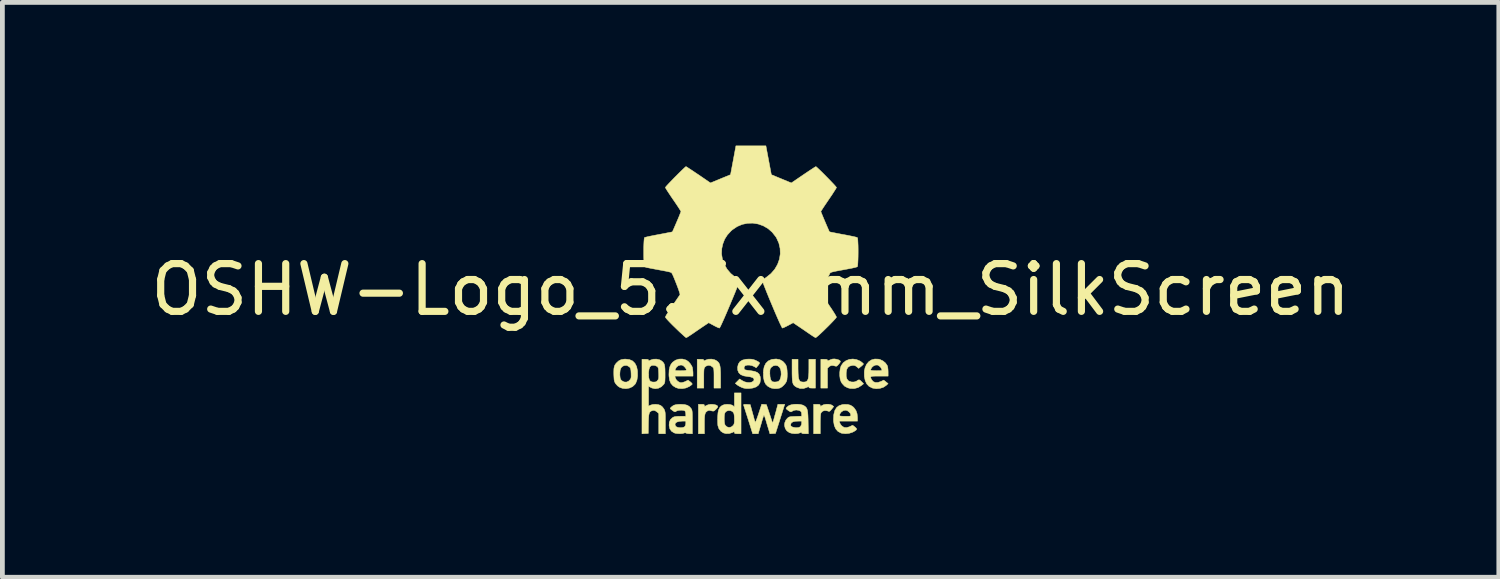
<source format=kicad_pcb>
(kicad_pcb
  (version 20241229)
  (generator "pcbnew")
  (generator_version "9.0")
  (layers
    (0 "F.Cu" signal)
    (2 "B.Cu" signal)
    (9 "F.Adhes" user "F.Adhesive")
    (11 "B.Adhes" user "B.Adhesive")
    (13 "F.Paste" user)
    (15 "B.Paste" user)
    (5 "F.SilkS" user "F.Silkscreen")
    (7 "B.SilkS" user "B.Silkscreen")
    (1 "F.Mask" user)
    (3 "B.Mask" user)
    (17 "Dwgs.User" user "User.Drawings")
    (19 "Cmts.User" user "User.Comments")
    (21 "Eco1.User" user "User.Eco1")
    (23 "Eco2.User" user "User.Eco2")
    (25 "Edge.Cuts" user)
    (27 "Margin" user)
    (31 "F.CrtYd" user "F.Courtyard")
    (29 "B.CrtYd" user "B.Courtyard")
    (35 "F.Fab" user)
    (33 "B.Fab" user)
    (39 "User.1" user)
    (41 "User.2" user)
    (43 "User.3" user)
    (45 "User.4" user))
  (footprint "OSHW-Logo_5.7x6mm_SilkScreen"
    (layer "F.Cu")
    (at 12.673 3.017)
    (property "Reference" "OSHW-Logo_5.7x6mm_SilkScreen" (at 0 0 0) (layer "F.SilkS") (effects (font (size 1 1) (thickness 0.15))))
    (attr exclude_from_pos_files exclude_from_bom)
    (fp_poly (pts (xy 1.799 1.458) (xy 1.843 1.471) (xy 1.871 1.488) (xy 1.88 1.501) (xy 1.877 1.517) (xy 1.861 1.541) (xy 1.847 1.559) (xy 1.819 1.59) (xy 1.798 1.604) (xy 1.78 1.603) (xy 1.726 1.589) (xy 1.687 1.59) (xy 1.655 1.605) (xy 1.644 1.614) (xy 1.61 1.646) (xy 1.61 2.062) (xy 1.471 2.062) (xy 1.471 1.459) (xy 1.54 1.459) (xy 1.582 1.46) (xy 1.603 1.466) (xy 1.61 1.477) (xy 1.61 1.478) (xy 1.612 1.49) (xy 1.626 1.488) (xy 1.644 1.48) (xy 1.682 1.464) (xy 1.713 1.454) (xy 1.753 1.451) (xy 1.799 1.458)) (stroke (width 0.01) (type solid)) (fill yes) (layer "F.SilkS"))
    (fp_poly (pts (xy 1.635 2.401) (xy 1.684 2.411) (xy 1.711 2.425) (xy 1.74 2.449) (xy 1.699 2.501) (xy 1.673 2.532) (xy 1.656 2.547) (xy 1.639 2.55) (xy 1.614 2.542) (xy 1.602 2.538) (xy 1.554 2.532) (xy 1.51 2.545) (xy 1.478 2.576) (xy 1.473 2.585) (xy 1.467 2.611) (xy 1.463 2.659) (xy 1.46 2.725) (xy 1.459 2.806) (xy 1.459 2.817) (xy 1.459 3.018) (xy 1.32 3.018) (xy 1.32 2.402) (xy 1.389 2.402) (xy 1.429 2.403) (xy 1.45 2.407) (xy 1.458 2.418) (xy 1.459 2.428) (xy 1.459 2.454) (xy 1.492 2.428) (xy 1.53 2.41) (xy 1.581 2.401) (xy 1.635 2.401)) (stroke (width 0.01) (type solid)) (fill yes) (layer "F.SilkS"))
    (fp_poly (pts (xy -0.993 2.403) (xy -0.975 2.409) (xy -0.968 2.421) (xy -0.968 2.427) (xy -0.967 2.442) (xy -0.96 2.445) (xy -0.939 2.434) (xy -0.927 2.427) (xy -0.889 2.411) (xy -0.844 2.403) (xy -0.797 2.403) (xy -0.752 2.409) (xy -0.716 2.42) (xy -0.693 2.436) (xy -0.688 2.456) (xy -0.69 2.462) (xy -0.707 2.485) (xy -0.733 2.513) (xy -0.738 2.517) (xy -0.762 2.538) (xy -0.784 2.545) (xy -0.814 2.54) (xy -0.826 2.537) (xy -0.863 2.529) (xy -0.889 2.533) (xy -0.911 2.545) (xy -0.931 2.561) (xy -0.946 2.581) (xy -0.956 2.609) (xy -0.963 2.648) (xy -0.967 2.704) (xy -0.968 2.779) (xy -0.968 2.824) (xy -0.968 3.018) (xy -1.094 3.018) (xy -1.094 2.402) (xy -1.031 2.402) (xy -0.993 2.403)) (stroke (width 0.01) (type solid)) (fill yes) (layer "F.SilkS"))
    (fp_poly (pts (xy 0.993 1.654) (xy 0.995 1.747) (xy 0.999 1.817) (xy 1.008 1.867) (xy 1.022 1.902) (xy 1.042 1.923) (xy 1.071 1.933) (xy 1.107 1.936) (xy 1.144 1.933) (xy 1.172 1.922) (xy 1.192 1.9) (xy 1.206 1.865) (xy 1.214 1.814) (xy 1.219 1.742) (xy 1.22 1.654) (xy 1.22 1.459) (xy 1.358 1.459) (xy 1.358 2.062) (xy 1.289 2.062) (xy 1.247 2.06) (xy 1.226 2.055) (xy 1.22 2.043) (xy 1.216 2.033) (xy 1.202 2.035) (xy 1.173 2.05) (xy 1.106 2.071) (xy 1.036 2.07) (xy 0.968 2.046) (xy 0.936 2.027) (xy 0.912 2.007) (xy 0.894 1.982) (xy 0.881 1.947) (xy 0.874 1.901) (xy 0.87 1.839) (xy 0.868 1.758) (xy 0.868 1.695) (xy 0.868 1.459) (xy 0.993 1.459) (xy 0.993 1.654)) (stroke (width 0.01) (type solid)) (fill yes) (layer "F.SilkS"))
    (fp_poly (pts (xy -0.754 1.469) (xy -0.723 1.484) (xy -0.692 1.506) (xy -0.669 1.53) (xy -0.652 1.562) (xy -0.641 1.604) (xy -0.634 1.66) (xy -0.63 1.734) (xy -0.629 1.829) (xy -0.629 1.839) (xy -0.629 2.062) (xy -0.767 2.062) (xy -0.767 1.856) (xy -0.767 1.78) (xy -0.768 1.725) (xy -0.77 1.687) (xy -0.773 1.661) (xy -0.779 1.643) (xy -0.788 1.63) (xy -0.8 1.618) (xy -0.843 1.59) (xy -0.89 1.585) (xy -0.934 1.602) (xy -0.95 1.615) (xy -0.961 1.627) (xy -0.969 1.641) (xy -0.975 1.659) (xy -0.978 1.686) (xy -0.98 1.726) (xy -0.981 1.784) (xy -0.981 1.854) (xy -0.981 2.062) (xy -1.119 2.062) (xy -1.119 1.459) (xy -1.05 1.459) (xy -1.008 1.46) (xy -0.987 1.466) (xy -0.981 1.477) (xy -0.981 1.478) (xy -0.978 1.489) (xy -0.965 1.488) (xy -0.94 1.475) (xy -0.883 1.457) (xy -0.817 1.455) (xy -0.754 1.469)) (stroke (width 0.01) (type solid)) (fill yes) (layer "F.SilkS"))
    (fp_poly (pts (xy 2.217 1.464) (xy 2.29 1.495) (xy 2.313 1.51) (xy 2.342 1.533) (xy 2.361 1.551) (xy 2.364 1.557) (xy 2.355 1.57) (xy 2.332 1.593) (xy 2.313 1.608) (xy 2.263 1.649) (xy 2.223 1.615) (xy 2.192 1.594) (xy 2.162 1.586) (xy 2.127 1.588) (xy 2.073 1.602) (xy 2.035 1.63) (xy 2.012 1.675) (xy 2.002 1.741) (xy 2.002 1.741) (xy 2.002 1.815) (xy 2.016 1.869) (xy 2.044 1.906) (xy 2.063 1.918) (xy 2.114 1.934) (xy 2.168 1.934) (xy 2.215 1.919) (xy 2.226 1.911) (xy 2.253 1.893) (xy 2.275 1.889) (xy 2.299 1.903) (xy 2.325 1.929) (xy 2.366 1.971) (xy 2.32 2.008) (xy 2.25 2.051) (xy 2.17 2.072) (xy 2.087 2.07) (xy 2.033 2.056) (xy 1.969 2.022) (xy 1.918 1.968) (xy 1.895 1.93) (xy 1.876 1.876) (xy 1.867 1.806) (xy 1.867 1.731) (xy 1.876 1.659) (xy 1.894 1.599) (xy 1.897 1.593) (xy 1.94 1.532) (xy 1.998 1.488) (xy 2.067 1.461) (xy 2.141 1.453) (xy 2.217 1.464)) (stroke (width 0.01) (type solid)) (fill yes) (layer "F.SilkS"))
    (fp_poly (pts (xy 0.611 1.466) (xy 0.674 1.501) (xy 0.724 1.555) (xy 0.748 1.6) (xy 0.758 1.639) (xy 0.764 1.695) (xy 0.767 1.76) (xy 0.766 1.824) (xy 0.761 1.881) (xy 0.755 1.912) (xy 0.734 1.953) (xy 0.698 1.997) (xy 0.656 2.036) (xy 0.613 2.061) (xy 0.612 2.061) (xy 0.56 2.072) (xy 0.497 2.073) (xy 0.438 2.063) (xy 0.415 2.055) (xy 0.356 2.021) (xy 0.314 1.978) (xy 0.286 1.92) (xy 0.271 1.844) (xy 0.267 1.804) (xy 0.268 1.754) (xy 0.402 1.754) (xy 0.407 1.827) (xy 0.42 1.882) (xy 0.441 1.918) (xy 0.456 1.928) (xy 0.493 1.935) (xy 0.539 1.933) (xy 0.577 1.923) (xy 0.588 1.917) (xy 0.615 1.885) (xy 0.632 1.835) (xy 0.64 1.774) (xy 0.636 1.708) (xy 0.628 1.669) (xy 0.604 1.624) (xy 0.567 1.595) (xy 0.522 1.586) (xy 0.475 1.596) (xy 0.439 1.621) (xy 0.42 1.642) (xy 0.409 1.662) (xy 0.404 1.69) (xy 0.402 1.733) (xy 0.402 1.754) (xy 0.268 1.754) (xy 0.268 1.698) (xy 0.285 1.611) (xy 0.319 1.543) (xy 0.369 1.494) (xy 0.435 1.464) (xy 0.45 1.46) (xy 0.535 1.452) (xy 0.611 1.466)) (stroke (width 0.01) (type solid)) (fill yes) (layer "F.SilkS"))
    (fp_poly (pts (xy 0.282 2.404) (xy 0.331 2.408) (xy 0.461 2.798) (xy 0.482 2.729) (xy 0.494 2.686) (xy 0.51 2.628) (xy 0.528 2.565) (xy 0.537 2.531) (xy 0.571 2.402) (xy 0.714 2.402) (xy 0.672 2.537) (xy 0.651 2.603) (xy 0.625 2.684) (xy 0.599 2.767) (xy 0.575 2.842) (xy 0.521 3.012) (xy 0.463 3.015) (xy 0.404 3.019) (xy 0.373 2.915) (xy 0.353 2.85) (xy 0.332 2.778) (xy 0.313 2.715) (xy 0.313 2.713) (xy 0.299 2.67) (xy 0.286 2.641) (xy 0.278 2.63) (xy 0.276 2.631) (xy 0.27 2.648) (xy 0.258 2.685) (xy 0.242 2.736) (xy 0.224 2.798) (xy 0.214 2.832) (xy 0.159 3.018) (xy 0.043 3.018) (xy -0.049 2.725) (xy -0.075 2.643) (xy -0.099 2.569) (xy -0.119 2.506) (xy -0.135 2.457) (xy -0.145 2.426) (xy -0.148 2.417) (xy -0.146 2.407) (xy -0.127 2.403) (xy -0.087 2.404) (xy -0.081 2.404) (xy -0.008 2.408) (xy 0.04 2.584) (xy 0.058 2.648) (xy 0.073 2.705) (xy 0.086 2.748) (xy 0.094 2.775) (xy 0.095 2.779) (xy 0.101 2.774) (xy 0.113 2.749) (xy 0.13 2.706) (xy 0.15 2.65) (xy 0.167 2.599) (xy 0.232 2.401) (xy 0.282 2.404)) (stroke (width 0.01) (type solid)) (fill yes) (layer "F.SilkS"))
    (fp_poly (pts (xy -2.538 1.465) (xy -2.472 1.494) (xy -2.423 1.543) (xy -2.388 1.611) (xy -2.37 1.699) (xy -2.369 1.712) (xy -2.368 1.809) (xy -2.381 1.894) (xy -2.408 1.962) (xy -2.423 1.984) (xy -2.473 2.031) (xy -2.538 2.061) (xy -2.61 2.074) (xy -2.683 2.067) (xy -2.739 2.048) (xy -2.787 2.015) (xy -2.826 1.971) (xy -2.827 1.97) (xy -2.843 1.943) (xy -2.853 1.916) (xy -2.86 1.882) (xy -2.863 1.834) (xy -2.865 1.795) (xy -2.866 1.759) (xy -2.74 1.759) (xy -2.739 1.795) (xy -2.734 1.842) (xy -2.726 1.872) (xy -2.712 1.894) (xy -2.699 1.907) (xy -2.652 1.933) (xy -2.603 1.937) (xy -2.557 1.918) (xy -2.534 1.896) (xy -2.517 1.875) (xy -2.507 1.854) (xy -2.503 1.828) (xy -2.503 1.788) (xy -2.504 1.751) (xy -2.507 1.698) (xy -2.512 1.664) (xy -2.52 1.641) (xy -2.533 1.624) (xy -2.544 1.615) (xy -2.589 1.589) (xy -2.637 1.588) (xy -2.678 1.603) (xy -2.713 1.635) (xy -2.733 1.687) (xy -2.74 1.759) (xy -2.866 1.759) (xy -2.866 1.717) (xy -2.864 1.658) (xy -2.856 1.614) (xy -2.843 1.579) (xy -2.822 1.549) (xy -2.814 1.539) (xy -2.766 1.494) (xy -2.714 1.467) (xy -2.651 1.456) (xy -2.62 1.455) (xy -2.538 1.465)) (stroke (width 0.01) (type solid)) (fill yes) (layer "F.SilkS"))
    (fp_poly (pts (xy -0.201 3.018) (xy -0.27 3.018) (xy -0.31 3.017) (xy -0.331 3.012) (xy -0.339 3.001) (xy -0.34 2.994) (xy -0.341 2.98) (xy -0.349 2.977) (xy -0.37 2.986) (xy -0.386 2.994) (xy -0.449 3.014) (xy -0.517 3.015) (xy -0.573 3) (xy -0.624 2.965) (xy -0.664 2.913) (xy -0.685 2.851) (xy -0.686 2.848) (xy -0.689 2.811) (xy -0.691 2.757) (xy -0.691 2.716) (xy -0.553 2.716) (xy -0.55 2.77) (xy -0.543 2.815) (xy -0.533 2.84) (xy -0.496 2.874) (xy -0.452 2.887) (xy -0.407 2.877) (xy -0.368 2.847) (xy -0.353 2.827) (xy -0.345 2.803) (xy -0.34 2.768) (xy -0.34 2.716) (xy -0.341 2.664) (xy -0.346 2.619) (xy -0.353 2.588) (xy -0.354 2.585) (xy -0.38 2.553) (xy -0.42 2.535) (xy -0.463 2.532) (xy -0.504 2.545) (xy -0.534 2.573) (xy -0.537 2.578) (xy -0.547 2.612) (xy -0.552 2.661) (xy -0.553 2.716) (xy -0.691 2.716) (xy -0.691 2.696) (xy -0.69 2.663) (xy -0.684 2.581) (xy -0.671 2.52) (xy -0.649 2.474) (xy -0.618 2.441) (xy -0.587 2.421) (xy -0.544 2.407) (xy -0.491 2.402) (xy -0.436 2.406) (xy -0.39 2.418) (xy -0.365 2.433) (xy -0.34 2.456) (xy -0.34 2.163) (xy -0.201 2.163) (xy -0.201 3.018)) (stroke (width 0.01) (type solid)) (fill yes) (layer "F.SilkS"))
    (fp_poly (pts (xy 2.678 1.456) (xy 2.71 1.464) (xy 2.772 1.493) (xy 2.825 1.537) (xy 2.861 1.589) (xy 2.866 1.601) (xy 2.873 1.632) (xy 2.878 1.677) (xy 2.88 1.723) (xy 2.88 1.811) (xy 2.697 1.811) (xy 2.622 1.811) (xy 2.569 1.813) (xy 2.535 1.817) (xy 2.518 1.826) (xy 2.514 1.84) (xy 2.521 1.86) (xy 2.533 1.884) (xy 2.566 1.925) (xy 2.612 1.945) (xy 2.669 1.944) (xy 2.733 1.922) (xy 2.788 1.895) (xy 2.834 1.932) (xy 2.88 1.968) (xy 2.837 2.008) (xy 2.779 2.046) (xy 2.708 2.068) (xy 2.632 2.075) (xy 2.558 2.063) (xy 2.546 2.059) (xy 2.481 2.026) (xy 2.433 1.975) (xy 2.4 1.906) (xy 2.382 1.818) (xy 2.382 1.816) (xy 2.381 1.72) (xy 2.387 1.686) (xy 2.515 1.686) (xy 2.527 1.691) (xy 2.558 1.695) (xy 2.605 1.697) (xy 2.635 1.698) (xy 2.691 1.697) (xy 2.725 1.696) (xy 2.744 1.692) (xy 2.75 1.685) (xy 2.748 1.674) (xy 2.747 1.669) (xy 2.724 1.627) (xy 2.689 1.594) (xy 2.658 1.579) (xy 2.616 1.58) (xy 2.574 1.598) (xy 2.539 1.629) (xy 2.518 1.666) (xy 2.515 1.686) (xy 2.387 1.686) (xy 2.397 1.635) (xy 2.429 1.564) (xy 2.475 1.509) (xy 2.533 1.471) (xy 2.601 1.453) (xy 2.678 1.456)) (stroke (width 0.01) (type solid)) (fill yes) (layer "F.SilkS"))
    (fp_poly (pts (xy 0.014 1.456) (xy 0.062 1.465) (xy 0.111 1.484) (xy 0.116 1.487) (xy 0.154 1.506) (xy 0.18 1.525) (xy 0.188 1.537) (xy 0.18 1.556) (xy 0.161 1.584) (xy 0.152 1.594) (xy 0.117 1.636) (xy 0.071 1.609) (xy 0.027 1.591) (xy -0.023 1.581) (xy -0.071 1.581) (xy -0.109 1.59) (xy -0.117 1.595) (xy -0.135 1.621) (xy -0.137 1.651) (xy -0.124 1.674) (xy -0.116 1.679) (xy -0.094 1.684) (xy -0.054 1.691) (xy -0.005 1.697) (xy 0.004 1.698) (xy 0.083 1.712) (xy 0.14 1.735) (xy 0.178 1.77) (xy 0.199 1.818) (xy 0.206 1.878) (xy 0.197 1.945) (xy 0.167 1.998) (xy 0.117 2.037) (xy 0.047 2.061) (xy -0.031 2.071) (xy -0.095 2.071) (xy -0.147 2.062) (xy -0.182 2.05) (xy -0.227 2.029) (xy -0.268 2.005) (xy -0.283 1.994) (xy -0.321 1.963) (xy -0.275 1.917) (xy -0.23 1.871) (xy -0.178 1.905) (xy -0.126 1.931) (xy -0.071 1.944) (xy -0.017 1.946) (xy 0.028 1.935) (xy 0.06 1.914) (xy 0.07 1.895) (xy 0.069 1.865) (xy 0.043 1.843) (xy -0.007 1.827) (xy -0.061 1.82) (xy -0.145 1.806) (xy -0.207 1.78) (xy -0.248 1.741) (xy -0.27 1.688) (xy -0.273 1.625) (xy -0.258 1.56) (xy -0.225 1.51) (xy -0.171 1.476) (xy -0.099 1.458) (xy -0.045 1.455) (xy 0.014 1.456)) (stroke (width 0.01) (type solid)) (fill yes) (layer "F.SilkS"))
    (fp_poly (pts (xy 2.033 2.405) (xy 2.093 2.421) (xy 2.143 2.453) (xy 2.167 2.477) (xy 2.207 2.534) (xy 2.23 2.6) (xy 2.238 2.681) (xy 2.238 2.688) (xy 2.238 2.754) (xy 1.858 2.754) (xy 1.866 2.788) (xy 1.881 2.82) (xy 1.907 2.852) (xy 1.912 2.857) (xy 1.958 2.886) (xy 2.01 2.89) (xy 2.071 2.872) (xy 2.081 2.867) (xy 2.112 2.852) (xy 2.133 2.843) (xy 2.137 2.842) (xy 2.15 2.85) (xy 2.174 2.869) (xy 2.187 2.879) (xy 2.212 2.903) (xy 2.221 2.919) (xy 2.215 2.934) (xy 2.212 2.938) (xy 2.191 2.955) (xy 2.156 2.976) (xy 2.131 2.988) (xy 2.062 3.01) (xy 1.985 3.017) (xy 1.913 3.009) (xy 1.892 3.003) (xy 1.829 2.969) (xy 1.783 2.917) (xy 1.752 2.846) (xy 1.737 2.757) (xy 1.736 2.71) (xy 1.74 2.641) (xy 1.861 2.641) (xy 1.873 2.646) (xy 1.904 2.65) (xy 1.95 2.653) (xy 1.98 2.653) (xy 2.036 2.653) (xy 2.071 2.651) (xy 2.09 2.647) (xy 2.098 2.639) (xy 2.1 2.628) (xy 2.089 2.594) (xy 2.062 2.561) (xy 2.026 2.535) (xy 1.991 2.525) (xy 1.942 2.534) (xy 1.9 2.561) (xy 1.871 2.6) (xy 1.861 2.641) (xy 1.74 2.641) (xy 1.743 2.61) (xy 1.764 2.531) (xy 1.8 2.471) (xy 1.852 2.431) (xy 1.92 2.408) (xy 1.957 2.404) (xy 2.033 2.405)) (stroke (width 0.01) (type solid)) (fill yes) (layer "F.SilkS"))
    (fp_poly (pts (xy -1.357 1.473) (xy -1.344 1.479) (xy -1.301 1.51) (xy -1.26 1.557) (xy -1.229 1.608) (xy -1.22 1.631) (xy -1.213 1.673) (xy -1.208 1.724) (xy -1.207 1.745) (xy -1.207 1.811) (xy -1.587 1.811) (xy -1.579 1.845) (xy -1.559 1.886) (xy -1.524 1.922) (xy -1.483 1.944) (xy -1.457 1.949) (xy -1.421 1.943) (xy -1.378 1.929) (xy -1.364 1.922) (xy -1.31 1.896) (xy -1.265 1.93) (xy -1.238 1.954) (xy -1.224 1.973) (xy -1.223 1.979) (xy -1.236 1.993) (xy -1.263 2.014) (xy -1.288 2.03) (xy -1.356 2.06) (xy -1.431 2.073) (xy -1.506 2.07) (xy -1.565 2.052) (xy -1.627 2.013) (xy -1.671 1.962) (xy -1.698 1.895) (xy -1.71 1.811) (xy -1.711 1.773) (xy -1.707 1.685) (xy -1.706 1.682) (xy -1.581 1.682) (xy -1.577 1.691) (xy -1.563 1.695) (xy -1.533 1.697) (xy -1.485 1.698) (xy -1.466 1.698) (xy -1.408 1.697) (xy -1.372 1.694) (xy -1.353 1.689) (xy -1.346 1.681) (xy -1.345 1.679) (xy -1.353 1.658) (xy -1.373 1.63) (xy -1.382 1.62) (xy -1.413 1.591) (xy -1.446 1.58) (xy -1.464 1.579) (xy -1.512 1.591) (xy -1.552 1.622) (xy -1.577 1.668) (xy -1.578 1.669) (xy -1.581 1.682) (xy -1.706 1.682) (xy -1.692 1.616) (xy -1.666 1.56) (xy -1.634 1.521) (xy -1.574 1.478) (xy -1.504 1.455) (xy -1.43 1.453) (xy -1.357 1.473)) (stroke (width 0.01) (type solid)) (fill yes) (layer "F.SilkS"))
    (fp_poly (pts (xy 1.038 2.405) (xy 1.091 2.418) (xy 1.107 2.425) (xy 1.136 2.443) (xy 1.159 2.463) (xy 1.176 2.489) (xy 1.188 2.524) (xy 1.196 2.572) (xy 1.201 2.636) (xy 1.204 2.72) (xy 1.205 2.776) (xy 1.209 3.018) (xy 1.139 3.018) (xy 1.096 3.016) (xy 1.074 3.01) (xy 1.069 3) (xy 1.066 2.989) (xy 1.052 2.991) (xy 1.034 3) (xy 0.989 3.013) (xy 0.93 3.017) (xy 0.868 3.011) (xy 0.814 2.996) (xy 0.809 2.993) (xy 0.759 2.958) (xy 0.726 2.909) (xy 0.711 2.852) (xy 0.712 2.832) (xy 0.836 2.832) (xy 0.846 2.859) (xy 0.879 2.879) (xy 0.931 2.89) (xy 0.959 2.891) (xy 1.005 2.888) (xy 1.036 2.874) (xy 1.044 2.867) (xy 1.064 2.831) (xy 1.069 2.798) (xy 1.069 2.754) (xy 1.008 2.754) (xy 0.936 2.757) (xy 0.886 2.769) (xy 0.855 2.789) (xy 0.848 2.798) (xy 0.836 2.832) (xy 0.712 2.832) (xy 0.714 2.792) (xy 0.737 2.735) (xy 0.768 2.697) (xy 0.786 2.68) (xy 0.805 2.669) (xy 0.829 2.662) (xy 0.864 2.658) (xy 0.917 2.656) (xy 0.938 2.655) (xy 1.069 2.651) (xy 1.069 2.611) (xy 1.064 2.569) (xy 1.045 2.544) (xy 1.008 2.528) (xy 1.007 2.528) (xy 0.954 2.521) (xy 0.903 2.53) (xy 0.865 2.55) (xy 0.849 2.56) (xy 0.833 2.558) (xy 0.807 2.544) (xy 0.792 2.534) (xy 0.763 2.512) (xy 0.745 2.496) (xy 0.742 2.491) (xy 0.754 2.467) (xy 0.789 2.438) (xy 0.805 2.428) (xy 0.849 2.412) (xy 0.908 2.402) (xy 0.974 2.4) (xy 1.038 2.405)) (stroke (width 0.01) (type solid)) (fill yes) (layer "F.SilkS"))
    (fp_poly (pts (xy -1.384 2.407) (xy -1.325 2.422) (xy -1.28 2.451) (xy -1.248 2.488) (xy -1.238 2.504) (xy -1.231 2.521) (xy -1.226 2.543) (xy -1.223 2.573) (xy -1.221 2.615) (xy -1.22 2.674) (xy -1.22 2.753) (xy -1.22 2.774) (xy -1.22 3.018) (xy -1.28 3.018) (xy -1.319 3.015) (xy -1.347 3.008) (xy -1.354 3.004) (xy -1.374 2.997) (xy -1.394 3.004) (xy -1.426 3.013) (xy -1.474 3.017) (xy -1.527 3.015) (xy -1.575 3.009) (xy -1.603 3) (xy -1.658 2.965) (xy -1.692 2.916) (xy -1.707 2.852) (xy -1.707 2.85) (xy -1.706 2.822) (xy -1.584 2.822) (xy -1.574 2.854) (xy -1.556 2.873) (xy -1.522 2.886) (xy -1.476 2.892) (xy -1.429 2.889) (xy -1.392 2.878) (xy -1.381 2.871) (xy -1.363 2.839) (xy -1.358 2.802) (xy -1.358 2.754) (xy -1.428 2.754) (xy -1.494 2.759) (xy -1.544 2.773) (xy -1.575 2.796) (xy -1.584 2.822) (xy -1.706 2.822) (xy -1.704 2.78) (xy -1.681 2.724) (xy -1.637 2.682) (xy -1.631 2.678) (xy -1.605 2.665) (xy -1.573 2.658) (xy -1.528 2.654) (xy -1.474 2.653) (xy -1.358 2.653) (xy -1.358 2.604) (xy -1.363 2.567) (xy -1.376 2.541) (xy -1.377 2.54) (xy -1.405 2.529) (xy -1.447 2.525) (xy -1.494 2.527) (xy -1.535 2.535) (xy -1.56 2.547) (xy -1.573 2.557) (xy -1.587 2.559) (xy -1.607 2.551) (xy -1.636 2.531) (xy -1.68 2.497) (xy -1.684 2.494) (xy -1.682 2.482) (xy -1.665 2.463) (xy -1.638 2.441) (xy -1.61 2.423) (xy -1.6 2.419) (xy -1.567 2.41) (xy -1.519 2.404) (xy -1.465 2.402) (xy -1.462 2.402) (xy -1.384 2.407)) (stroke (width 0.01) (type solid)) (fill yes) (layer "F.SilkS"))
    (fp_poly (pts (xy -1.909 1.469) (xy -1.882 1.482) (xy -1.85 1.505) (xy -1.826 1.53) (xy -1.809 1.561) (xy -1.799 1.603) (xy -1.794 1.66) (xy -1.792 1.736) (xy -1.792 1.769) (xy -1.792 1.841) (xy -1.794 1.892) (xy -1.796 1.927) (xy -1.802 1.952) (xy -1.81 1.97) (xy -1.818 1.982) (xy -1.87 2.034) (xy -1.932 2.065) (xy -1.999 2.075) (xy -2.066 2.061) (xy -2.087 2.051) (xy -2.138 2.025) (xy -2.138 2.44) (xy -2.101 2.421) (xy -2.052 2.406) (xy -1.992 2.402) (xy -1.932 2.409) (xy -1.886 2.425) (xy -1.849 2.455) (xy -1.817 2.498) (xy -1.814 2.502) (xy -1.804 2.523) (xy -1.797 2.544) (xy -1.791 2.57) (xy -1.788 2.604) (xy -1.786 2.651) (xy -1.786 2.715) (xy -1.786 2.787) (xy -1.786 3.018) (xy -1.924 3.018) (xy -1.924 2.593) (xy -1.963 2.56) (xy -2.003 2.534) (xy -2.041 2.529) (xy -2.079 2.541) (xy -2.099 2.553) (xy -2.115 2.57) (xy -2.125 2.596) (xy -2.133 2.634) (xy -2.137 2.688) (xy -2.14 2.761) (xy -2.141 2.81) (xy -2.144 3.012) (xy -2.21 3.015) (xy -2.276 3.019) (xy -2.276 1.771) (xy -2.138 1.771) (xy -2.134 1.84) (xy -2.122 1.889) (xy -2.1 1.919) (xy -2.066 1.933) (xy -2.031 1.936) (xy -1.991 1.933) (xy -1.965 1.92) (xy -1.949 1.902) (xy -1.936 1.883) (xy -1.928 1.862) (xy -1.925 1.832) (xy -1.925 1.787) (xy -1.926 1.75) (xy -1.929 1.694) (xy -1.932 1.657) (xy -1.939 1.633) (xy -1.95 1.617) (xy -1.96 1.608) (xy -2.002 1.589) (xy -2.052 1.585) (xy -2.08 1.592) (xy -2.109 1.616) (xy -2.128 1.664) (xy -2.137 1.734) (xy -2.138 1.771) (xy -2.276 1.771) (xy -2.276 1.459) (xy -2.207 1.459) (xy -2.165 1.46) (xy -2.144 1.466) (xy -2.138 1.477) (xy -2.138 1.478) (xy -2.135 1.489) (xy -2.122 1.488) (xy -2.097 1.475) (xy -2.038 1.457) (xy -1.972 1.455) (xy -1.909 1.469)) (stroke (width 0.01) (type solid)) (fill yes) (layer "F.SilkS"))
    (fp_poly (pts (xy 0.377 -2.71) (xy 0.434 -2.408) (xy 0.853 -2.235) (xy 1.105 -2.407) (xy 1.175 -2.454) (xy 1.239 -2.497) (xy 1.293 -2.532) (xy 1.334 -2.559) (xy 1.36 -2.574) (xy 1.367 -2.578) (xy 1.379 -2.569) (xy 1.406 -2.545) (xy 1.444 -2.509) (xy 1.491 -2.464) (xy 1.542 -2.413) (xy 1.596 -2.358) (xy 1.649 -2.304) (xy 1.698 -2.253) (xy 1.741 -2.208) (xy 1.773 -2.172) (xy 1.793 -2.148) (xy 1.798 -2.14) (xy 1.791 -2.125) (xy 1.772 -2.093) (xy 1.742 -2.047) (xy 1.705 -1.989) (xy 1.66 -1.923) (xy 1.635 -1.886) (xy 1.588 -1.817) (xy 1.546 -1.755) (xy 1.512 -1.703) (xy 1.487 -1.664) (xy 1.473 -1.641) (xy 1.471 -1.636) (xy 1.476 -1.622) (xy 1.489 -1.59) (xy 1.508 -1.544) (xy 1.531 -1.488) (xy 1.557 -1.427) (xy 1.583 -1.366) (xy 1.607 -1.31) (xy 1.628 -1.262) (xy 1.643 -1.228) (xy 1.651 -1.211) (xy 1.652 -1.211) (xy 1.665 -1.208) (xy 1.699 -1.201) (xy 1.75 -1.191) (xy 1.816 -1.178) (xy 1.893 -1.163) (xy 1.937 -1.155) (xy 2.019 -1.14) (xy 2.093 -1.125) (xy 2.155 -1.112) (xy 2.202 -1.101) (xy 2.23 -1.093) (xy 2.235 -1.091) (xy 2.241 -1.074) (xy 2.245 -1.037) (xy 2.248 -0.983) (xy 2.251 -0.917) (xy 2.252 -0.844) (xy 2.252 -0.767) (xy 2.251 -0.691) (xy 2.249 -0.621) (xy 2.246 -0.56) (xy 2.243 -0.514) (xy 2.238 -0.486) (xy 2.235 -0.48) (xy 2.217 -0.473) (xy 2.179 -0.463) (xy 2.127 -0.451) (xy 2.065 -0.439) (xy 2.043 -0.435) (xy 1.938 -0.415) (xy 1.855 -0.4) (xy 1.792 -0.388) (xy 1.745 -0.378) (xy 1.711 -0.37) (xy 1.689 -0.363) (xy 1.676 -0.357) (xy 1.667 -0.351) (xy 1.666 -0.35) (xy 1.655 -0.331) (xy 1.638 -0.294) (xy 1.616 -0.244) (xy 1.592 -0.185) (xy 1.567 -0.121) (xy 1.543 -0.058) (xy 1.522 0.001) (xy 1.505 0.05) (xy 1.494 0.086) (xy 1.492 0.104) (xy 1.492 0.104) (xy 1.501 0.119) (xy 1.523 0.151) (xy 1.554 0.197) (xy 1.593 0.253) (xy 1.637 0.318) (xy 1.649 0.336) (xy 1.694 0.402) (xy 1.733 0.462) (xy 1.765 0.513) (xy 1.787 0.552) (xy 1.798 0.574) (xy 1.798 0.576) (xy 1.789 0.591) (xy 1.765 0.619) (xy 1.729 0.658) (xy 1.683 0.706) (xy 1.632 0.758) (xy 1.577 0.812) (xy 1.523 0.865) (xy 1.472 0.913) (xy 1.427 0.955) (xy 1.391 0.985) (xy 1.368 1.003) (xy 1.362 1.006) (xy 1.347 0.999) (xy 1.316 0.981) (xy 1.275 0.954) (xy 1.244 0.933) (xy 1.187 0.894) (xy 1.119 0.847) (xy 1.051 0.801) (xy 1.014 0.776) (xy 0.891 0.693) (xy 0.787 0.749) (xy 0.74 0.773) (xy 0.7 0.792) (xy 0.672 0.803) (xy 0.665 0.805) (xy 0.657 0.794) (xy 0.641 0.762) (xy 0.617 0.713) (xy 0.588 0.649) (xy 0.555 0.574) (xy 0.518 0.489) (xy 0.48 0.399) (xy 0.441 0.306) (xy 0.402 0.213) (xy 0.365 0.123) (xy 0.331 0.039) (xy 0.301 -0.037) (xy 0.276 -0.1) (xy 0.258 -0.15) (xy 0.248 -0.182) (xy 0.246 -0.193) (xy 0.259 -0.206) (xy 0.288 -0.229) (xy 0.325 -0.256) (xy 0.329 -0.258) (xy 0.426 -0.336) (xy 0.505 -0.427) (xy 0.564 -0.528) (xy 0.603 -0.637) (xy 0.621 -0.749) (xy 0.617 -0.863) (xy 0.591 -0.976) (xy 0.542 -1.084) (xy 0.527 -1.108) (xy 0.452 -1.203) (xy 0.364 -1.28) (xy 0.265 -1.337) (xy 0.158 -1.375) (xy 0.047 -1.393) (xy -0.066 -1.39) (xy -0.176 -1.367) (xy -0.282 -1.322) (xy -0.38 -1.256) (xy -0.41 -1.23) (xy -0.488 -1.145) (xy -0.544 -1.057) (xy -0.582 -0.958) (xy -0.604 -0.86) (xy -0.609 -0.749) (xy -0.591 -0.638) (xy -0.553 -0.531) (xy -0.494 -0.43) (xy -0.418 -0.34) (xy -0.327 -0.264) (xy -0.315 -0.256) (xy -0.277 -0.23) (xy -0.248 -0.207) (xy -0.234 -0.193) (xy -0.234 -0.193) (xy -0.237 -0.177) (xy -0.248 -0.141) (xy -0.268 -0.089) (xy -0.293 -0.023) (xy -0.324 0.055) (xy -0.359 0.14) (xy -0.397 0.231) (xy -0.436 0.325) (xy -0.475 0.417) (xy -0.513 0.506) (xy -0.549 0.589) (xy -0.582 0.662) (xy -0.61 0.724) (xy -0.632 0.77) (xy -0.647 0.797) (xy -0.653 0.805) (xy -0.671 0.799) (xy -0.706 0.784) (xy -0.75 0.762) (xy -0.774 0.749) (xy -0.878 0.693) (xy -1.002 0.776) (xy -1.065 0.819) (xy -1.134 0.866) (xy -1.199 0.911) (xy -1.231 0.933) (xy -1.277 0.963) (xy -1.315 0.988) (xy -1.342 1.003) (xy -1.351 1.006) (xy -1.363 0.997) (xy -1.391 0.974) (xy -1.431 0.937) (xy -1.482 0.891) (xy -1.539 0.836) (xy -1.575 0.801) (xy -1.639 0.739) (xy -1.694 0.683) (xy -1.738 0.636) (xy -1.769 0.601) (xy -1.784 0.579) (xy -1.786 0.575) (xy -1.779 0.558) (xy -1.76 0.524) (xy -1.73 0.476) (xy -1.693 0.419) (xy -1.649 0.354) (xy -1.637 0.336) (xy -1.592 0.27) (xy -1.551 0.211) (xy -1.518 0.162) (xy -1.493 0.126) (xy -1.481 0.107) (xy -1.479 0.104) (xy -1.481 0.089) (xy -1.491 0.055) (xy -1.507 0.006) (xy -1.528 -0.052) (xy -1.552 -0.115) (xy -1.577 -0.178) (xy -1.601 -0.238) (xy -1.623 -0.29) (xy -1.641 -0.328) (xy -1.653 -0.349) (xy -1.654 -0.35) (xy -1.661 -0.356) (xy -1.674 -0.362) (xy -1.694 -0.369) (xy -1.725 -0.376) (xy -1.769 -0.386) (xy -1.829 -0.397) (xy -1.908 -0.412) (xy -2.009 -0.431) (xy -2.03 -0.435) (xy -2.095 -0.447) (xy -2.151 -0.459) (xy -2.194 -0.47) (xy -2.219 -0.478) (xy -2.222 -0.48) (xy -2.228 -0.497) (xy -2.232 -0.534) (xy -2.235 -0.588) (xy -2.238 -0.654) (xy -2.239 -0.728) (xy -2.239 -0.804) (xy -2.239 -0.88) (xy -2.237 -0.95) (xy -2.234 -1.011) (xy -2.23 -1.057) (xy -2.225 -1.085) (xy -2.223 -1.091) (xy -2.206 -1.096) (xy -2.169 -1.106) (xy -2.114 -1.118) (xy -2.045 -1.132) (xy -1.967 -1.147) (xy -1.925 -1.155) (xy -1.844 -1.17) (xy -1.772 -1.184) (xy -1.712 -1.196) (xy -1.668 -1.204) (xy -1.643 -1.21) (xy -1.639 -1.211) (xy -1.633 -1.224) (xy -1.618 -1.256) (xy -1.598 -1.302) (xy -1.574 -1.358) (xy -1.548 -1.418) (xy -1.522 -1.479) (xy -1.498 -1.536) (xy -1.479 -1.584) (xy -1.465 -1.619) (xy -1.459 -1.636) (xy -1.459 -1.637) (xy -1.465 -1.65) (xy -1.485 -1.681) (xy -1.514 -1.727) (xy -1.552 -1.784) (xy -1.596 -1.849) (xy -1.622 -1.886) (xy -1.669 -1.955) (xy -1.71 -2.017) (xy -1.745 -2.07) (xy -1.77 -2.11) (xy -1.784 -2.135) (xy -1.786 -2.14) (xy -1.777 -2.153) (xy -1.754 -2.18) (xy -1.718 -2.219) (xy -1.673 -2.266) (xy -1.623 -2.318) (xy -1.569 -2.373) (xy -1.516 -2.426) (xy -1.465 -2.476) (xy -1.421 -2.519) (xy -1.385 -2.553) (xy -1.362 -2.573) (xy -1.354 -2.578) (xy -1.341 -2.571) (xy -1.311 -2.552) (xy -1.265 -2.522) (xy -1.208 -2.485) (xy -1.142 -2.44) (xy -1.092 -2.407) (xy -0.841 -2.235) (xy -0.631 -2.322) (xy -0.421 -2.408) (xy -0.364 -2.71) (xy -0.308 -3.012) (xy 0.32 -3.012) (xy 0.377 -2.71)) (stroke (width 0.01) (type solid)) (fill yes) (layer "F.SilkS")))
  (gr_rect
    (start -3 -3)
    (end 28.345 9.041)
    (stroke (width 0.1) (type default))
    (fill no)
    (layer "Edge.Cuts")))
</source>
